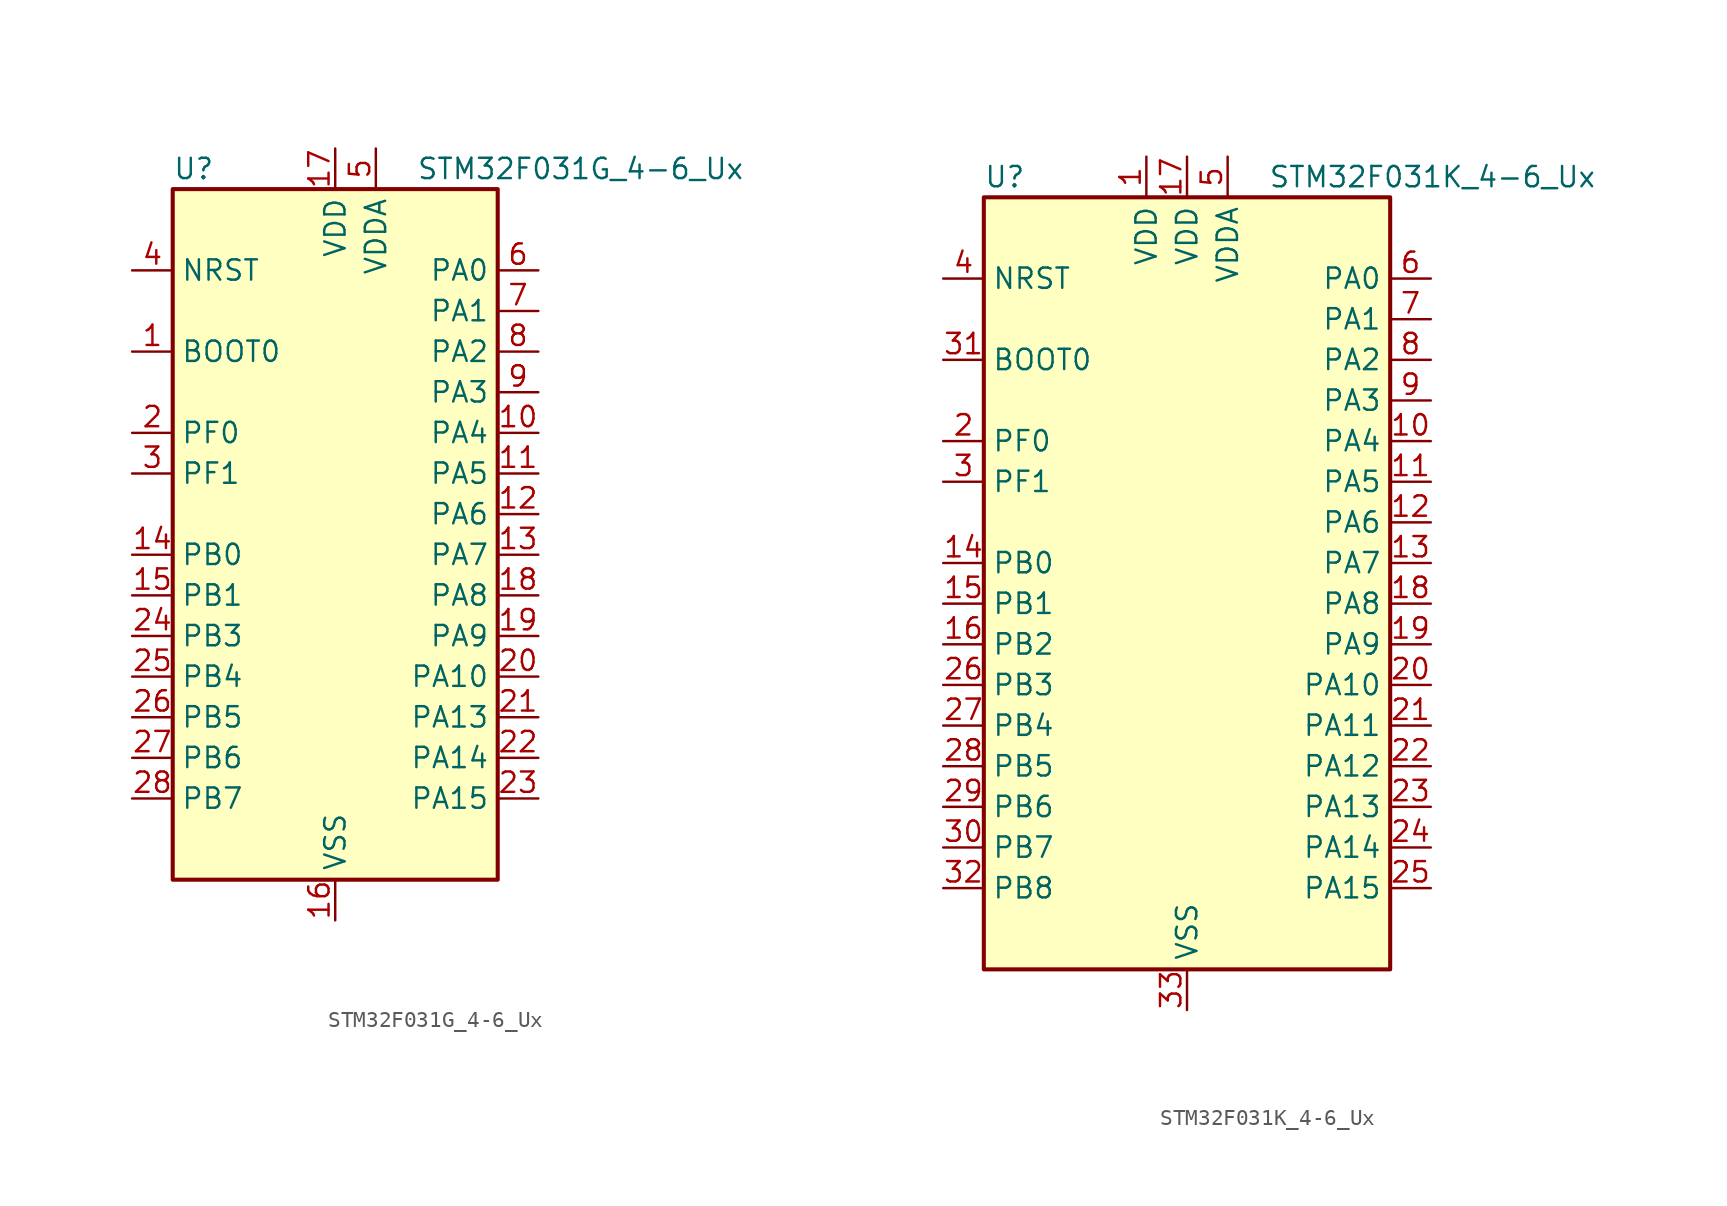
<source format=kicad_sym>
(kicad_symbol_lib
  (version 20241209)
  (generator "kicad_symbol_editor")
  (generator_version "9.0")
  (symbol "STM32F031G_4-6_Ux"
    (property "Reference" "U"
      (at -10.16 24.13 0)
      (effects (font (size 1.27 1.27)) (justify left)))
    (property "Value" "STM32F031G_4-6_Ux"
      (at 5.08 24.13 0)
      (effects (font (size 1.27 1.27)) (justify left)))
    (symbol "STM32F031G_4-6_Ux_0_1"
      (rectangle (start -10.16 -20.32) (end 10.16 22.86) (stroke (width 0.254) (type default)) (fill (type background))))
    (symbol "STM32F031G_4-6_Ux_1_1"
      (pin input line (at -12.7 17.78 0) (length 2.54) (name "NRST" (effects (font (size 1.27 1.27)))) (number "4" (effects (font (size 1.27 1.27)))))
      (pin input line (at -12.7 12.7 0) (length 2.54) (name "BOOT0" (effects (font (size 1.27 1.27)))) (number "1" (effects (font (size 1.27 1.27)))))
      (pin bidirectional line (at -12.7 7.62 0) (length 2.54) (name "PF0" (effects (font (size 1.27 1.27)))) (number "2" (effects (font (size 1.27 1.27)))) (alternate "RCC_OSC_IN" bidirectional line))
      (pin bidirectional line (at -12.7 5.08 0) (length 2.54) (name "PF1" (effects (font (size 1.27 1.27)))) (number "3" (effects (font (size 1.27 1.27)))) (alternate "RCC_OSC_OUT" bidirectional line))
      (pin bidirectional line (at -12.7 0 0) (length 2.54) (name "PB0" (effects (font (size 1.27 1.27)))) (number "14" (effects (font (size 1.27 1.27)))) (alternate "ADC_IN8" bidirectional line) (alternate "TIM1_CH2N" bidirectional line) (alternate "TIM3_CH3" bidirectional line))
      (pin bidirectional line (at -12.7 -2.54 0) (length 2.54) (name "PB1" (effects (font (size 1.27 1.27)))) (number "15" (effects (font (size 1.27 1.27)))) (alternate "ADC_IN9" bidirectional line) (alternate "TIM14_CH1" bidirectional line) (alternate "TIM1_CH3N" bidirectional line) (alternate "TIM3_CH4" bidirectional line))
      (pin bidirectional line (at -12.7 -5.08 0) (length 2.54) (name "PB3" (effects (font (size 1.27 1.27)))) (number "24" (effects (font (size 1.27 1.27)))) (alternate "I2S1_CK" bidirectional line) (alternate "SPI1_SCK" bidirectional line) (alternate "TIM2_CH2" bidirectional line))
      (pin bidirectional line (at -12.7 -7.62 0) (length 2.54) (name "PB4" (effects (font (size 1.27 1.27)))) (number "25" (effects (font (size 1.27 1.27)))) (alternate "I2S1_MCK" bidirectional line) (alternate "SPI1_MISO" bidirectional line) (alternate "TIM3_CH1" bidirectional line))
      (pin bidirectional line (at -12.7 -10.16 0) (length 2.54) (name "PB5" (effects (font (size 1.27 1.27)))) (number "26" (effects (font (size 1.27 1.27)))) (alternate "I2C1_SMBA" bidirectional line) (alternate "I2S1_SD" bidirectional line) (alternate "SPI1_MOSI" bidirectional line) (alternate "TIM16_BKIN" bidirectional line) (alternate "TIM3_CH2" bidirectional line))
      (pin bidirectional line (at -12.7 -12.7 0) (length 2.54) (name "PB6" (effects (font (size 1.27 1.27)))) (number "27" (effects (font (size 1.27 1.27)))) (alternate "I2C1_SCL" bidirectional line) (alternate "TIM16_CH1N" bidirectional line) (alternate "USART1_TX" bidirectional line))
      (pin bidirectional line (at -12.7 -15.24 0) (length 2.54) (name "PB7" (effects (font (size 1.27 1.27)))) (number "28" (effects (font (size 1.27 1.27)))) (alternate "I2C1_SDA" bidirectional line) (alternate "TIM17_CH1N" bidirectional line) (alternate "USART1_RX" bidirectional line))
      (pin power_in line (at 0 25.4 270) (length 2.54) (name "VDD" (effects (font (size 1.27 1.27)))) (number "17" (effects (font (size 1.27 1.27)))))
      (pin power_in line (at 0 -22.86 90) (length 2.54) (name "VSS" (effects (font (size 1.27 1.27)))) (number "16" (effects (font (size 1.27 1.27)))))
      (pin power_in line (at 2.54 25.4 270) (length 2.54) (name "VDDA" (effects (font (size 1.27 1.27)))) (number "5" (effects (font (size 1.27 1.27)))))
      (pin bidirectional line (at 12.7 17.78 180) (length 2.54) (name "PA0" (effects (font (size 1.27 1.27)))) (number "6" (effects (font (size 1.27 1.27)))) (alternate "ADC_IN0" bidirectional line) (alternate "RTC_TAMP2" bidirectional line) (alternate "SYS_WKUP1" bidirectional line) (alternate "TIM2_CH1" bidirectional line) (alternate "TIM2_ETR" bidirectional line) (alternate "USART1_CTS" bidirectional line))
      (pin bidirectional line (at 12.7 15.24 180) (length 2.54) (name "PA1" (effects (font (size 1.27 1.27)))) (number "7" (effects (font (size 1.27 1.27)))) (alternate "ADC_IN1" bidirectional line) (alternate "TIM2_CH2" bidirectional line) (alternate "USART1_DE" bidirectional line) (alternate "USART1_RTS" bidirectional line))
      (pin bidirectional line (at 12.7 12.7 180) (length 2.54) (name "PA2" (effects (font (size 1.27 1.27)))) (number "8" (effects (font (size 1.27 1.27)))) (alternate "ADC_IN2" bidirectional line) (alternate "TIM2_CH3" bidirectional line) (alternate "USART1_TX" bidirectional line))
      (pin bidirectional line (at 12.7 10.16 180) (length 2.54) (name "PA3" (effects (font (size 1.27 1.27)))) (number "9" (effects (font (size 1.27 1.27)))) (alternate "ADC_IN3" bidirectional line) (alternate "TIM2_CH4" bidirectional line) (alternate "USART1_RX" bidirectional line))
      (pin bidirectional line (at 12.7 7.62 180) (length 2.54) (name "PA4" (effects (font (size 1.27 1.27)))) (number "10" (effects (font (size 1.27 1.27)))) (alternate "ADC_IN4" bidirectional line) (alternate "I2S1_WS" bidirectional line) (alternate "SPI1_NSS" bidirectional line) (alternate "TIM14_CH1" bidirectional line) (alternate "USART1_CK" bidirectional line))
      (pin bidirectional line (at 12.7 5.08 180) (length 2.54) (name "PA5" (effects (font (size 1.27 1.27)))) (number "11" (effects (font (size 1.27 1.27)))) (alternate "ADC_IN5" bidirectional line) (alternate "I2S1_CK" bidirectional line) (alternate "SPI1_SCK" bidirectional line) (alternate "TIM2_CH1" bidirectional line) (alternate "TIM2_ETR" bidirectional line))
      (pin bidirectional line (at 12.7 2.54 180) (length 2.54) (name "PA6" (effects (font (size 1.27 1.27)))) (number "12" (effects (font (size 1.27 1.27)))) (alternate "ADC_IN6" bidirectional line) (alternate "I2S1_MCK" bidirectional line) (alternate "SPI1_MISO" bidirectional line) (alternate "TIM16_CH1" bidirectional line) (alternate "TIM1_BKIN" bidirectional line) (alternate "TIM3_CH1" bidirectional line))
      (pin bidirectional line (at 12.7 0 180) (length 2.54) (name "PA7" (effects (font (size 1.27 1.27)))) (number "13" (effects (font (size 1.27 1.27)))) (alternate "ADC_IN7" bidirectional line) (alternate "I2S1_SD" bidirectional line) (alternate "SPI1_MOSI" bidirectional line) (alternate "TIM14_CH1" bidirectional line) (alternate "TIM17_CH1" bidirectional line) (alternate "TIM1_CH1N" bidirectional line) (alternate "TIM3_CH2" bidirectional line))
      (pin bidirectional line (at 12.7 -2.54 180) (length 2.54) (name "PA8" (effects (font (size 1.27 1.27)))) (number "18" (effects (font (size 1.27 1.27)))) (alternate "RCC_MCO" bidirectional line) (alternate "TIM1_CH1" bidirectional line) (alternate "USART1_CK" bidirectional line))
      (pin bidirectional line (at 12.7 -5.08 180) (length 2.54) (name "PA9" (effects (font (size 1.27 1.27)))) (number "19" (effects (font (size 1.27 1.27)))) (alternate "I2C1_SCL" bidirectional line) (alternate "TIM1_CH2" bidirectional line) (alternate "USART1_TX" bidirectional line))
      (pin bidirectional line (at 12.7 -7.62 180) (length 2.54) (name "PA10" (effects (font (size 1.27 1.27)))) (number "20" (effects (font (size 1.27 1.27)))) (alternate "I2C1_SDA" bidirectional line) (alternate "TIM17_BKIN" bidirectional line) (alternate "TIM1_CH3" bidirectional line) (alternate "USART1_RX" bidirectional line))
      (pin bidirectional line (at 12.7 -10.16 180) (length 2.54) (name "PA13" (effects (font (size 1.27 1.27)))) (number "21" (effects (font (size 1.27 1.27)))) (alternate "IR_OUT" bidirectional line) (alternate "SYS_SWDIO" bidirectional line))
      (pin bidirectional line (at 12.7 -12.7 180) (length 2.54) (name "PA14" (effects (font (size 1.27 1.27)))) (number "22" (effects (font (size 1.27 1.27)))) (alternate "SYS_SWCLK" bidirectional line) (alternate "USART1_TX" bidirectional line))
      (pin bidirectional line (at 12.7 -15.24 180) (length 2.54) (name "PA15" (effects (font (size 1.27 1.27)))) (number "23" (effects (font (size 1.27 1.27)))) (alternate "I2S1_WS" bidirectional line) (alternate "SPI1_NSS" bidirectional line) (alternate "TIM2_CH1" bidirectional line) (alternate "TIM2_ETR" bidirectional line) (alternate "USART1_RX" bidirectional line))))
  (symbol "STM32F031K_4-6_Ux"
    (property "Reference" "U"
      (at -12.7 26.67 0)
      (effects (font (size 1.27 1.27)) (justify left)))
    (property "Value" "STM32F031K_4-6_Ux"
      (at 5.08 26.67 0)
      (effects (font (size 1.27 1.27)) (justify left)))
    (symbol "STM32F031K_4-6_Ux_0_1"
      (rectangle (start -12.7 -22.86) (end 12.7 25.4) (stroke (width 0.254) (type default)) (fill (type background))))
    (symbol "STM32F031K_4-6_Ux_1_1"
      (pin input line (at -15.24 20.32 0) (length 2.54) (name "NRST" (effects (font (size 1.27 1.27)))) (number "4" (effects (font (size 1.27 1.27)))))
      (pin input line (at -15.24 15.24 0) (length 2.54) (name "BOOT0" (effects (font (size 1.27 1.27)))) (number "31" (effects (font (size 1.27 1.27)))))
      (pin bidirectional line (at -15.24 10.16 0) (length 2.54) (name "PF0" (effects (font (size 1.27 1.27)))) (number "2" (effects (font (size 1.27 1.27)))) (alternate "RCC_OSC_IN" bidirectional line))
      (pin bidirectional line (at -15.24 7.62 0) (length 2.54) (name "PF1" (effects (font (size 1.27 1.27)))) (number "3" (effects (font (size 1.27 1.27)))) (alternate "RCC_OSC_OUT" bidirectional line))
      (pin bidirectional line (at -15.24 2.54 0) (length 2.54) (name "PB0" (effects (font (size 1.27 1.27)))) (number "14" (effects (font (size 1.27 1.27)))) (alternate "ADC_IN8" bidirectional line) (alternate "TIM1_CH2N" bidirectional line) (alternate "TIM3_CH3" bidirectional line))
      (pin bidirectional line (at -15.24 0 0) (length 2.54) (name "PB1" (effects (font (size 1.27 1.27)))) (number "15" (effects (font (size 1.27 1.27)))) (alternate "ADC_IN9" bidirectional line) (alternate "TIM14_CH1" bidirectional line) (alternate "TIM1_CH3N" bidirectional line) (alternate "TIM3_CH4" bidirectional line))
      (pin bidirectional line (at -15.24 -2.54 0) (length 2.54) (name "PB2" (effects (font (size 1.27 1.27)))) (number "16" (effects (font (size 1.27 1.27)))))
      (pin bidirectional line (at -15.24 -5.08 0) (length 2.54) (name "PB3" (effects (font (size 1.27 1.27)))) (number "26" (effects (font (size 1.27 1.27)))) (alternate "I2S1_CK" bidirectional line) (alternate "SPI1_SCK" bidirectional line) (alternate "TIM2_CH2" bidirectional line))
      (pin bidirectional line (at -15.24 -7.62 0) (length 2.54) (name "PB4" (effects (font (size 1.27 1.27)))) (number "27" (effects (font (size 1.27 1.27)))) (alternate "I2S1_MCK" bidirectional line) (alternate "SPI1_MISO" bidirectional line) (alternate "TIM3_CH1" bidirectional line))
      (pin bidirectional line (at -15.24 -10.16 0) (length 2.54) (name "PB5" (effects (font (size 1.27 1.27)))) (number "28" (effects (font (size 1.27 1.27)))) (alternate "I2C1_SMBA" bidirectional line) (alternate "I2S1_SD" bidirectional line) (alternate "SPI1_MOSI" bidirectional line) (alternate "TIM16_BKIN" bidirectional line) (alternate "TIM3_CH2" bidirectional line))
      (pin bidirectional line (at -15.24 -12.7 0) (length 2.54) (name "PB6" (effects (font (size 1.27 1.27)))) (number "29" (effects (font (size 1.27 1.27)))) (alternate "I2C1_SCL" bidirectional line) (alternate "TIM16_CH1N" bidirectional line) (alternate "USART1_TX" bidirectional line))
      (pin bidirectional line (at -15.24 -15.24 0) (length 2.54) (name "PB7" (effects (font (size 1.27 1.27)))) (number "30" (effects (font (size 1.27 1.27)))) (alternate "I2C1_SDA" bidirectional line) (alternate "TIM17_CH1N" bidirectional line) (alternate "USART1_RX" bidirectional line))
      (pin bidirectional line (at -15.24 -17.78 0) (length 2.54) (name "PB8" (effects (font (size 1.27 1.27)))) (number "32" (effects (font (size 1.27 1.27)))) (alternate "I2C1_SCL" bidirectional line) (alternate "TIM16_CH1" bidirectional line))
      (pin power_in line (at -2.54 27.94 270) (length 2.54) (name "VDD" (effects (font (size 1.27 1.27)))) (number "1" (effects (font (size 1.27 1.27)))))
      (pin power_in line (at 0 27.94 270) (length 2.54) (name "VDD" (effects (font (size 1.27 1.27)))) (number "17" (effects (font (size 1.27 1.27)))))
      (pin power_in line (at 0 -25.4 90) (length 2.54) (name "VSS" (effects (font (size 1.27 1.27)))) (number "33" (effects (font (size 1.27 1.27)))))
      (pin power_in line (at 2.54 27.94 270) (length 2.54) (name "VDDA" (effects (font (size 1.27 1.27)))) (number "5" (effects (font (size 1.27 1.27)))))
      (pin bidirectional line (at 15.24 20.32 180) (length 2.54) (name "PA0" (effects (font (size 1.27 1.27)))) (number "6" (effects (font (size 1.27 1.27)))) (alternate "ADC_IN0" bidirectional line) (alternate "RTC_TAMP2" bidirectional line) (alternate "SYS_WKUP1" bidirectional line) (alternate "TIM2_CH1" bidirectional line) (alternate "TIM2_ETR" bidirectional line) (alternate "USART1_CTS" bidirectional line))
      (pin bidirectional line (at 15.24 17.78 180) (length 2.54) (name "PA1" (effects (font (size 1.27 1.27)))) (number "7" (effects (font (size 1.27 1.27)))) (alternate "ADC_IN1" bidirectional line) (alternate "TIM2_CH2" bidirectional line) (alternate "USART1_DE" bidirectional line) (alternate "USART1_RTS" bidirectional line))
      (pin bidirectional line (at 15.24 15.24 180) (length 2.54) (name "PA2" (effects (font (size 1.27 1.27)))) (number "8" (effects (font (size 1.27 1.27)))) (alternate "ADC_IN2" bidirectional line) (alternate "TIM2_CH3" bidirectional line) (alternate "USART1_TX" bidirectional line))
      (pin bidirectional line (at 15.24 12.7 180) (length 2.54) (name "PA3" (effects (font (size 1.27 1.27)))) (number "9" (effects (font (size 1.27 1.27)))) (alternate "ADC_IN3" bidirectional line) (alternate "TIM2_CH4" bidirectional line) (alternate "USART1_RX" bidirectional line))
      (pin bidirectional line (at 15.24 10.16 180) (length 2.54) (name "PA4" (effects (font (size 1.27 1.27)))) (number "10" (effects (font (size 1.27 1.27)))) (alternate "ADC_IN4" bidirectional line) (alternate "I2S1_WS" bidirectional line) (alternate "SPI1_NSS" bidirectional line) (alternate "TIM14_CH1" bidirectional line) (alternate "USART1_CK" bidirectional line))
      (pin bidirectional line (at 15.24 7.62 180) (length 2.54) (name "PA5" (effects (font (size 1.27 1.27)))) (number "11" (effects (font (size 1.27 1.27)))) (alternate "ADC_IN5" bidirectional line) (alternate "I2S1_CK" bidirectional line) (alternate "SPI1_SCK" bidirectional line) (alternate "TIM2_CH1" bidirectional line) (alternate "TIM2_ETR" bidirectional line))
      (pin bidirectional line (at 15.24 5.08 180) (length 2.54) (name "PA6" (effects (font (size 1.27 1.27)))) (number "12" (effects (font (size 1.27 1.27)))) (alternate "ADC_IN6" bidirectional line) (alternate "I2S1_MCK" bidirectional line) (alternate "SPI1_MISO" bidirectional line) (alternate "TIM16_CH1" bidirectional line) (alternate "TIM1_BKIN" bidirectional line) (alternate "TIM3_CH1" bidirectional line))
      (pin bidirectional line (at 15.24 2.54 180) (length 2.54) (name "PA7" (effects (font (size 1.27 1.27)))) (number "13" (effects (font (size 1.27 1.27)))) (alternate "ADC_IN7" bidirectional line) (alternate "I2S1_SD" bidirectional line) (alternate "SPI1_MOSI" bidirectional line) (alternate "TIM14_CH1" bidirectional line) (alternate "TIM17_CH1" bidirectional line) (alternate "TIM1_CH1N" bidirectional line) (alternate "TIM3_CH2" bidirectional line))
      (pin bidirectional line (at 15.24 0 180) (length 2.54) (name "PA8" (effects (font (size 1.27 1.27)))) (number "18" (effects (font (size 1.27 1.27)))) (alternate "RCC_MCO" bidirectional line) (alternate "TIM1_CH1" bidirectional line) (alternate "USART1_CK" bidirectional line))
      (pin bidirectional line (at 15.24 -2.54 180) (length 2.54) (name "PA9" (effects (font (size 1.27 1.27)))) (number "19" (effects (font (size 1.27 1.27)))) (alternate "I2C1_SCL" bidirectional line) (alternate "TIM1_CH2" bidirectional line) (alternate "USART1_TX" bidirectional line))
      (pin bidirectional line (at 15.24 -5.08 180) (length 2.54) (name "PA10" (effects (font (size 1.27 1.27)))) (number "20" (effects (font (size 1.27 1.27)))) (alternate "I2C1_SDA" bidirectional line) (alternate "TIM17_BKIN" bidirectional line) (alternate "TIM1_CH3" bidirectional line) (alternate "USART1_RX" bidirectional line))
      (pin bidirectional line (at 15.24 -7.62 180) (length 2.54) (name "PA11" (effects (font (size 1.27 1.27)))) (number "21" (effects (font (size 1.27 1.27)))) (alternate "TIM1_CH4" bidirectional line) (alternate "USART1_CTS" bidirectional line))
      (pin bidirectional line (at 15.24 -10.16 180) (length 2.54) (name "PA12" (effects (font (size 1.27 1.27)))) (number "22" (effects (font (size 1.27 1.27)))) (alternate "TIM1_ETR" bidirectional line) (alternate "USART1_DE" bidirectional line) (alternate "USART1_RTS" bidirectional line))
      (pin bidirectional line (at 15.24 -12.7 180) (length 2.54) (name "PA13" (effects (font (size 1.27 1.27)))) (number "23" (effects (font (size 1.27 1.27)))) (alternate "IR_OUT" bidirectional line) (alternate "SYS_SWDIO" bidirectional line))
      (pin bidirectional line (at 15.24 -15.24 180) (length 2.54) (name "PA14" (effects (font (size 1.27 1.27)))) (number "24" (effects (font (size 1.27 1.27)))) (alternate "SYS_SWCLK" bidirectional line) (alternate "USART1_TX" bidirectional line))
      (pin bidirectional line (at 15.24 -17.78 180) (length 2.54) (name "PA15" (effects (font (size 1.27 1.27)))) (number "25" (effects (font (size 1.27 1.27)))) (alternate "I2S1_WS" bidirectional line) (alternate "SPI1_NSS" bidirectional line) (alternate "TIM2_CH1" bidirectional line) (alternate "TIM2_ETR" bidirectional line) (alternate "USART1_RX" bidirectional line)))))
</source>
